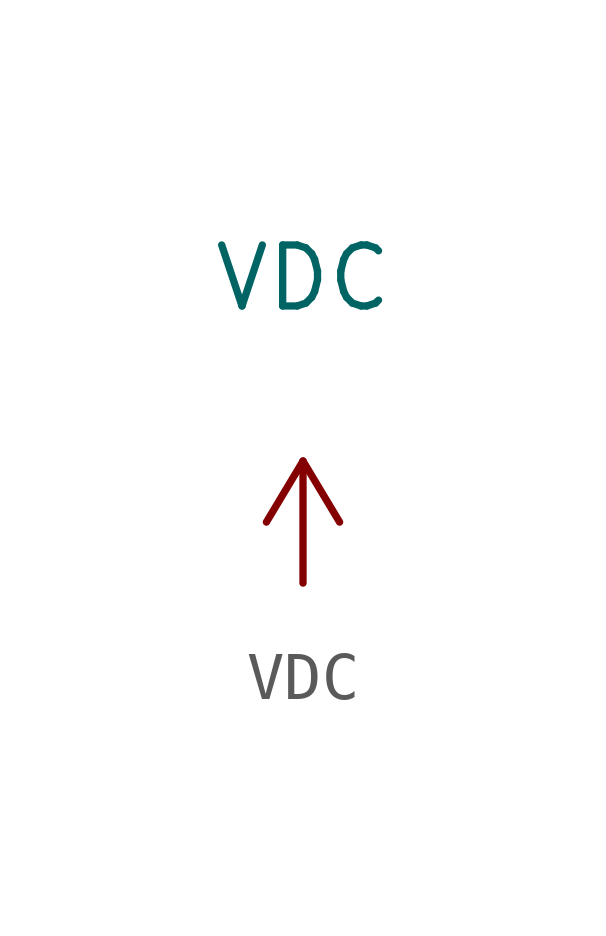
<source format=kicad_sym>
(kicad_symbol_lib
  (version 20211014)
  (generator kicad_symbol_editor)
  (symbol "power1:VDC"
    (power)
    (pin_names
      (offset 0))
    (property "Reference" "#PWR"
      (at 0 -2.54 0)
      (effects (font (size 1.27 1.27)) hide))
    (property "Value" "VDC"
      (at 0 6.35 0)
      (effects (font (size 1.27 1.27))))
    (symbol "VDC_0_1"
      (polyline (pts (xy -0.762 1.27) (xy 0 2.54)) (stroke (width 0) (type default) (color 0 0 0 0)) (fill (type none)))
      (polyline (pts (xy 0 0) (xy 0 2.54)) (stroke (width 0) (type default) (color 0 0 0 0)) (fill (type none)))
      (polyline (pts (xy 0 2.54) (xy 0.762 1.27)) (stroke (width 0) (type default) (color 0 0 0 0)) (fill (type none))))
    (symbol "VDC_1_1"
      (pin power_in line (at 0 0 90) (length 0) hide (name "VDC" (effects (font (size 1.27 1.27)))) (number "1" (effects (font (size 1.27 1.27))))))))
</source>
